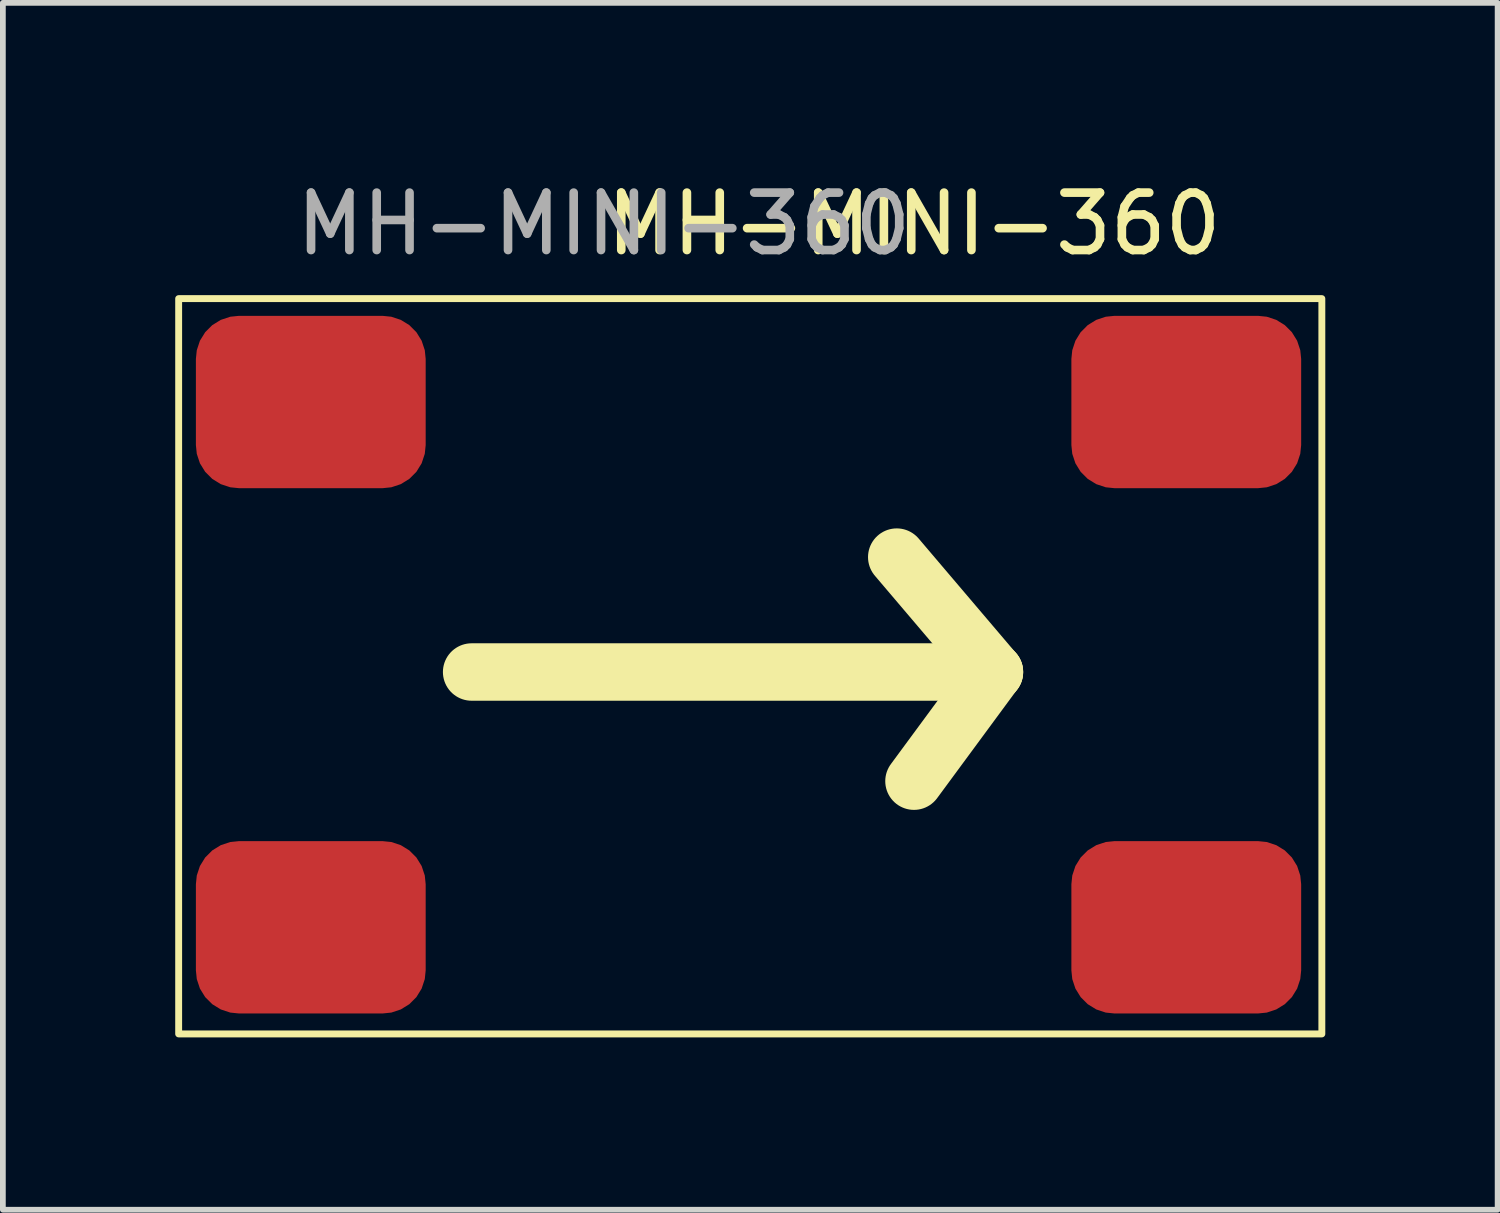
<source format=kicad_pcb>
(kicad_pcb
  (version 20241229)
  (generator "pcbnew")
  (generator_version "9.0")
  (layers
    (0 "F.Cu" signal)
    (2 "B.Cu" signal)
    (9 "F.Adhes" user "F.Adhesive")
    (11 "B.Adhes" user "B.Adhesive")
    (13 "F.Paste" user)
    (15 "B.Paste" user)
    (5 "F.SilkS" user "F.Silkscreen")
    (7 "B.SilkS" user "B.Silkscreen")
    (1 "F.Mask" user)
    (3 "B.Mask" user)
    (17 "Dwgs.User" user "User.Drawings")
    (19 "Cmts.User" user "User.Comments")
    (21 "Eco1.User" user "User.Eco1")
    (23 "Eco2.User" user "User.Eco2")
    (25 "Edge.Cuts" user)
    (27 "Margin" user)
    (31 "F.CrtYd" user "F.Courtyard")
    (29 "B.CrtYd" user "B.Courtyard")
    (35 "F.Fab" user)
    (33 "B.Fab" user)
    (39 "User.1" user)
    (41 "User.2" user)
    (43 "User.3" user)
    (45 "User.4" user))
  (footprint "MH-MINI-360"
    (layer "F.Cu")
    (at 2.36 3.948)
    (property "Reference" "MH-MINI-360" (at 10.5 -3.1 0) (unlocked yes) (layer "F.SilkS") (effects (font (size 1 1) (thickness 0.15))))
    (attr smd)
    (fp_line (start 2.8 4.7) (end 11.9 4.7) (stroke (width 1) (type solid)) (layer "F.SilkS"))
    (fp_line (start 10.2 2.7) (end 11.9 4.7) (stroke (width 1) (type solid)) (layer "F.SilkS"))
    (fp_line (start 11.9 4.7) (end 10.2 2.7) (stroke (width 0.12) (type solid)) (layer "F.SilkS"))
    (fp_line (start 11.9 4.7) (end 10.5 6.6) (stroke (width 1) (type solid)) (layer "F.SilkS"))
    (fp_rect (start -2.3 -1.8) (end 17.6 11) (stroke (width 0.12) (type solid)) (fill no) (layer "F.SilkS"))
    (fp_text user "${REFERENCE}" (at 5.1 -3.1 0) (unlocked yes) (layer "F.Fab") (effects (font (size 1 1) (thickness 0.15))))
    (pad "1" smd roundrect (at 0 0) (size 4 3) (layers "F.Cu" "F.Mask" "F.Paste") (roundrect_rratio 0.25))
    (pad "2" smd roundrect (at 0 9.144) (size 4 3) (layers "F.Cu" "F.Mask" "F.Paste") (roundrect_rratio 0.25))
    (pad "3" smd roundrect (at 15.24 0) (size 4 3) (layers "F.Cu" "F.Mask" "F.Paste") (roundrect_rratio 0.25))
    (pad "4" smd roundrect (at 15.24 9.144) (size 4 3) (layers "F.Cu" "F.Mask" "F.Paste") (roundrect_rratio 0.25)))
  (gr_rect
    (start -3 -3)
    (end 23.02 18.008)
    (stroke (width 0.1) (type default))
    (fill no)
    (layer "Edge.Cuts")))
</source>
